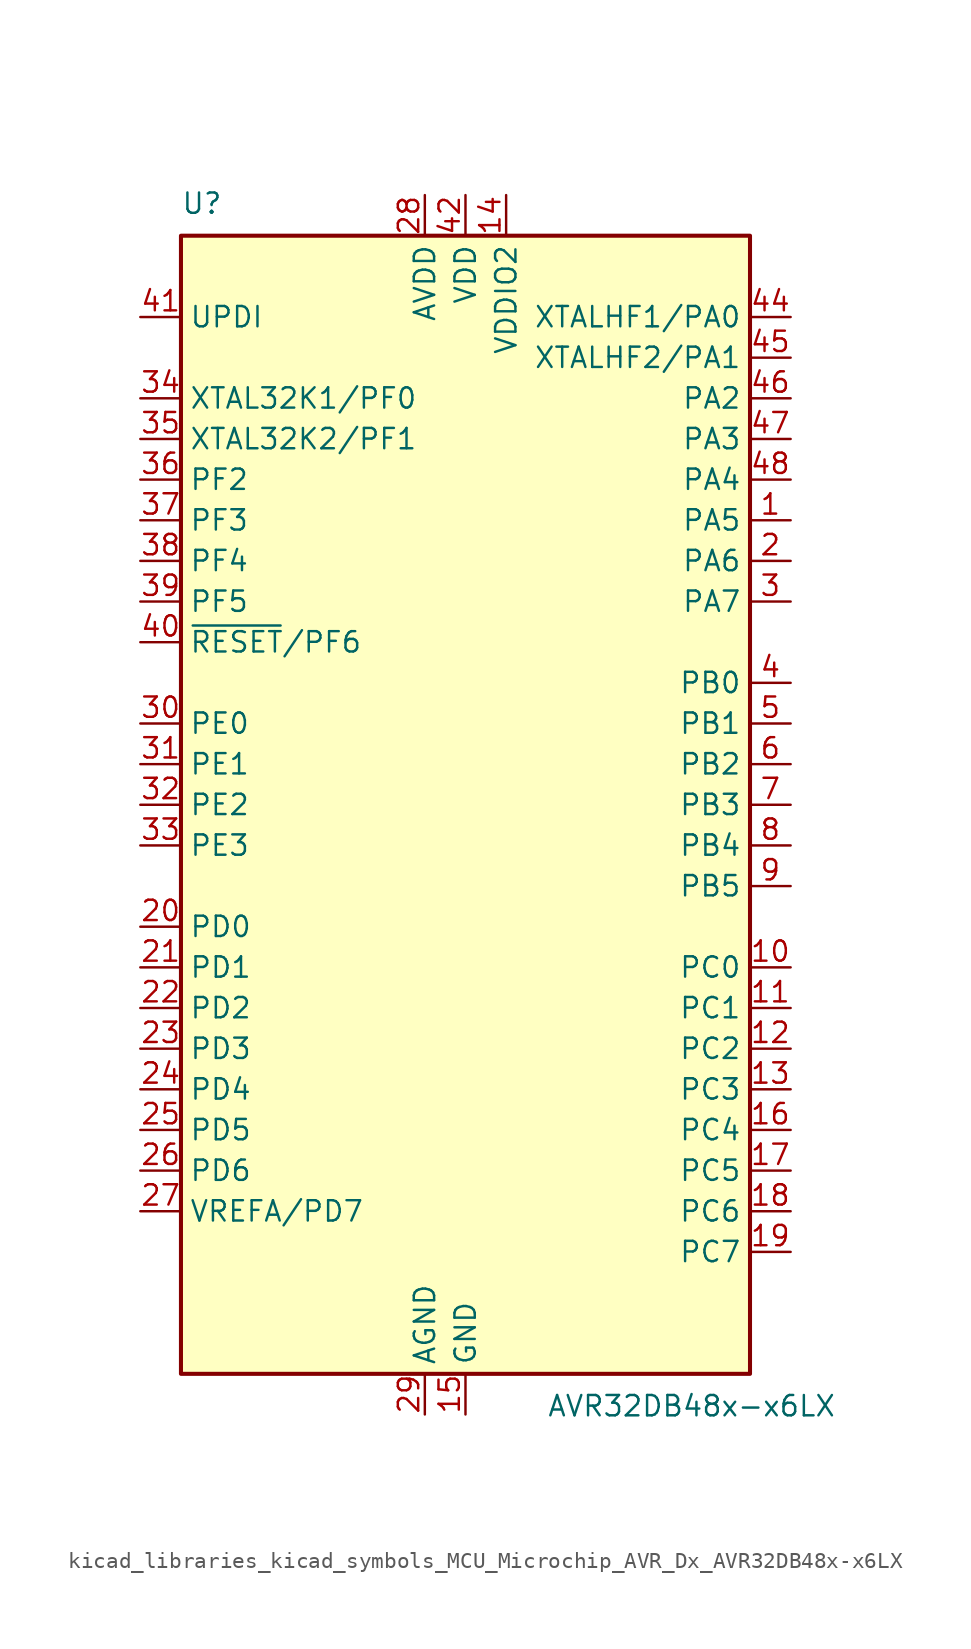
<source format=kicad_sym>
(kicad_symbol_lib
  (version 20220914)
  (generator kicad_symbol_editor)
  (symbol "kicad_libraries_kicad_symbols_MCU_Microchip_AVR_Dx_AVR32DB48x-x6LX"
    (property "Reference" "U"
      (at -17.78 36.83 0)
      (effects (font (size 1.27 1.27)) (justify left bottom)))
    (property "Value" "AVR32DB48x-x6LX"
      (at 5.08 -36.83 0)
      (effects (font (size 1.27 1.27)) (justify left top)))
    (symbol "kicad_libraries_kicad_symbols_MCU_Microchip_AVR_Dx_AVR32DB48x-x6LX_0_1"
      (rectangle (start -17.78 35.56) (end 17.78 -35.56) (stroke (width 0.254) (type default)) (fill (type background))))
    (symbol "kicad_libraries_kicad_symbols_MCU_Microchip_AVR_Dx_AVR32DB48x-x6LX_1_1"
      (pin bidirectional line (at 20.32 17.78 180) (length 2.54) (name "PA5" (effects (font (size 1.27 1.27)))) (number "1" (effects (font (size 1.27 1.27)))))
      (pin bidirectional line (at 20.32 -10.16 180) (length 2.54) (name "PC0" (effects (font (size 1.27 1.27)))) (number "10" (effects (font (size 1.27 1.27)))))
      (pin bidirectional line (at 20.32 -12.7 180) (length 2.54) (name "PC1" (effects (font (size 1.27 1.27)))) (number "11" (effects (font (size 1.27 1.27)))))
      (pin bidirectional line (at 20.32 -15.24 180) (length 2.54) (name "PC2" (effects (font (size 1.27 1.27)))) (number "12" (effects (font (size 1.27 1.27)))))
      (pin bidirectional line (at 20.32 -17.78 180) (length 2.54) (name "PC3" (effects (font (size 1.27 1.27)))) (number "13" (effects (font (size 1.27 1.27)))))
      (pin power_in line (at 2.54 38.1 270) (length 2.54) (name "VDDIO2" (effects (font (size 1.27 1.27)))) (number "14" (effects (font (size 1.27 1.27)))))
      (pin power_in line (at 0 -38.1 90) (length 2.54) (name "GND" (effects (font (size 1.27 1.27)))) (number "15" (effects (font (size 1.27 1.27)))))
      (pin bidirectional line (at 20.32 -20.32 180) (length 2.54) (name "PC4" (effects (font (size 1.27 1.27)))) (number "16" (effects (font (size 1.27 1.27)))))
      (pin bidirectional line (at 20.32 -22.86 180) (length 2.54) (name "PC5" (effects (font (size 1.27 1.27)))) (number "17" (effects (font (size 1.27 1.27)))))
      (pin bidirectional line (at 20.32 -25.4 180) (length 2.54) (name "PC6" (effects (font (size 1.27 1.27)))) (number "18" (effects (font (size 1.27 1.27)))))
      (pin bidirectional line (at 20.32 -27.94 180) (length 2.54) (name "PC7" (effects (font (size 1.27 1.27)))) (number "19" (effects (font (size 1.27 1.27)))))
      (pin bidirectional line (at 20.32 15.24 180) (length 2.54) (name "PA6" (effects (font (size 1.27 1.27)))) (number "2" (effects (font (size 1.27 1.27)))))
      (pin bidirectional line (at -20.32 -7.62 0) (length 2.54) (name "PD0" (effects (font (size 1.27 1.27)))) (number "20" (effects (font (size 1.27 1.27)))))
      (pin bidirectional line (at -20.32 -10.16 0) (length 2.54) (name "PD1" (effects (font (size 1.27 1.27)))) (number "21" (effects (font (size 1.27 1.27)))))
      (pin bidirectional line (at -20.32 -12.7 0) (length 2.54) (name "PD2" (effects (font (size 1.27 1.27)))) (number "22" (effects (font (size 1.27 1.27)))))
      (pin bidirectional line (at -20.32 -15.24 0) (length 2.54) (name "PD3" (effects (font (size 1.27 1.27)))) (number "23" (effects (font (size 1.27 1.27)))))
      (pin bidirectional line (at -20.32 -17.78 0) (length 2.54) (name "PD4" (effects (font (size 1.27 1.27)))) (number "24" (effects (font (size 1.27 1.27)))))
      (pin bidirectional line (at -20.32 -20.32 0) (length 2.54) (name "PD5" (effects (font (size 1.27 1.27)))) (number "25" (effects (font (size 1.27 1.27)))))
      (pin bidirectional line (at -20.32 -22.86 0) (length 2.54) (name "PD6" (effects (font (size 1.27 1.27)))) (number "26" (effects (font (size 1.27 1.27)))))
      (pin bidirectional line (at -20.32 -25.4 0) (length 2.54) (name "VREFA/PD7" (effects (font (size 1.27 1.27)))) (number "27" (effects (font (size 1.27 1.27)))))
      (pin power_in line (at -2.54 38.1 270) (length 2.54) (name "AVDD" (effects (font (size 1.27 1.27)))) (number "28" (effects (font (size 1.27 1.27)))))
      (pin power_in line (at -2.54 -38.1 90) (length 2.54) (name "AGND" (effects (font (size 1.27 1.27)))) (number "29" (effects (font (size 1.27 1.27)))))
      (pin bidirectional line (at 20.32 12.7 180) (length 2.54) (name "PA7" (effects (font (size 1.27 1.27)))) (number "3" (effects (font (size 1.27 1.27)))))
      (pin bidirectional line (at -20.32 5.08 0) (length 2.54) (name "PE0" (effects (font (size 1.27 1.27)))) (number "30" (effects (font (size 1.27 1.27)))))
      (pin bidirectional line (at -20.32 2.54 0) (length 2.54) (name "PE1" (effects (font (size 1.27 1.27)))) (number "31" (effects (font (size 1.27 1.27)))))
      (pin bidirectional line (at -20.32 0 0) (length 2.54) (name "PE2" (effects (font (size 1.27 1.27)))) (number "32" (effects (font (size 1.27 1.27)))))
      (pin bidirectional line (at -20.32 -2.54 0) (length 2.54) (name "PE3" (effects (font (size 1.27 1.27)))) (number "33" (effects (font (size 1.27 1.27)))))
      (pin bidirectional line (at -20.32 25.4 0) (length 2.54) (name "XTAL32K1/PF0" (effects (font (size 1.27 1.27)))) (number "34" (effects (font (size 1.27 1.27)))))
      (pin bidirectional line (at -20.32 22.86 0) (length 2.54) (name "XTAL32K2/PF1" (effects (font (size 1.27 1.27)))) (number "35" (effects (font (size 1.27 1.27)))))
      (pin bidirectional line (at -20.32 20.32 0) (length 2.54) (name "PF2" (effects (font (size 1.27 1.27)))) (number "36" (effects (font (size 1.27 1.27)))))
      (pin bidirectional line (at -20.32 17.78 0) (length 2.54) (name "PF3" (effects (font (size 1.27 1.27)))) (number "37" (effects (font (size 1.27 1.27)))))
      (pin bidirectional line (at -20.32 15.24 0) (length 2.54) (name "PF4" (effects (font (size 1.27 1.27)))) (number "38" (effects (font (size 1.27 1.27)))))
      (pin bidirectional line (at -20.32 12.7 0) (length 2.54) (name "PF5" (effects (font (size 1.27 1.27)))) (number "39" (effects (font (size 1.27 1.27)))))
      (pin bidirectional line (at 20.32 7.62 180) (length 2.54) (name "PB0" (effects (font (size 1.27 1.27)))) (number "4" (effects (font (size 1.27 1.27)))))
      (pin bidirectional line (at -20.32 10.16 0) (length 2.54) (name "~{RESET}/PF6" (effects (font (size 1.27 1.27)))) (number "40" (effects (font (size 1.27 1.27)))))
      (pin input line (at -20.32 30.48 0) (length 2.54) (name "UPDI" (effects (font (size 1.27 1.27)))) (number "41" (effects (font (size 1.27 1.27)))))
      (pin power_in line (at 0 38.1 270) (length 2.54) (name "VDD" (effects (font (size 1.27 1.27)))) (number "42" (effects (font (size 1.27 1.27)))))
      (pin passive line (at 0 -38.1 90) (length 2.54) hide (name "GND" (effects (font (size 1.27 1.27)))) (number "43" (effects (font (size 1.27 1.27)))))
      (pin bidirectional line (at 20.32 30.48 180) (length 2.54) (name "XTALHF1/PA0" (effects (font (size 1.27 1.27)))) (number "44" (effects (font (size 1.27 1.27)))))
      (pin bidirectional line (at 20.32 27.94 180) (length 2.54) (name "XTALHF2/PA1" (effects (font (size 1.27 1.27)))) (number "45" (effects (font (size 1.27 1.27)))))
      (pin bidirectional line (at 20.32 25.4 180) (length 2.54) (name "PA2" (effects (font (size 1.27 1.27)))) (number "46" (effects (font (size 1.27 1.27)))))
      (pin bidirectional line (at 20.32 22.86 180) (length 2.54) (name "PA3" (effects (font (size 1.27 1.27)))) (number "47" (effects (font (size 1.27 1.27)))))
      (pin bidirectional line (at 20.32 20.32 180) (length 2.54) (name "PA4" (effects (font (size 1.27 1.27)))) (number "48" (effects (font (size 1.27 1.27)))))
      (pin passive line (at 0 -38.1 90) (length 2.54) hide (name "GND" (effects (font (size 1.27 1.27)))) (number "49" (effects (font (size 1.27 1.27)))))
      (pin bidirectional line (at 20.32 5.08 180) (length 2.54) (name "PB1" (effects (font (size 1.27 1.27)))) (number "5" (effects (font (size 1.27 1.27)))))
      (pin bidirectional line (at 20.32 2.54 180) (length 2.54) (name "PB2" (effects (font (size 1.27 1.27)))) (number "6" (effects (font (size 1.27 1.27)))))
      (pin bidirectional line (at 20.32 0 180) (length 2.54) (name "PB3" (effects (font (size 1.27 1.27)))) (number "7" (effects (font (size 1.27 1.27)))))
      (pin bidirectional line (at 20.32 -2.54 180) (length 2.54) (name "PB4" (effects (font (size 1.27 1.27)))) (number "8" (effects (font (size 1.27 1.27)))))
      (pin bidirectional line (at 20.32 -5.08 180) (length 2.54) (name "PB5" (effects (font (size 1.27 1.27)))) (number "9" (effects (font (size 1.27 1.27))))))))
</source>
